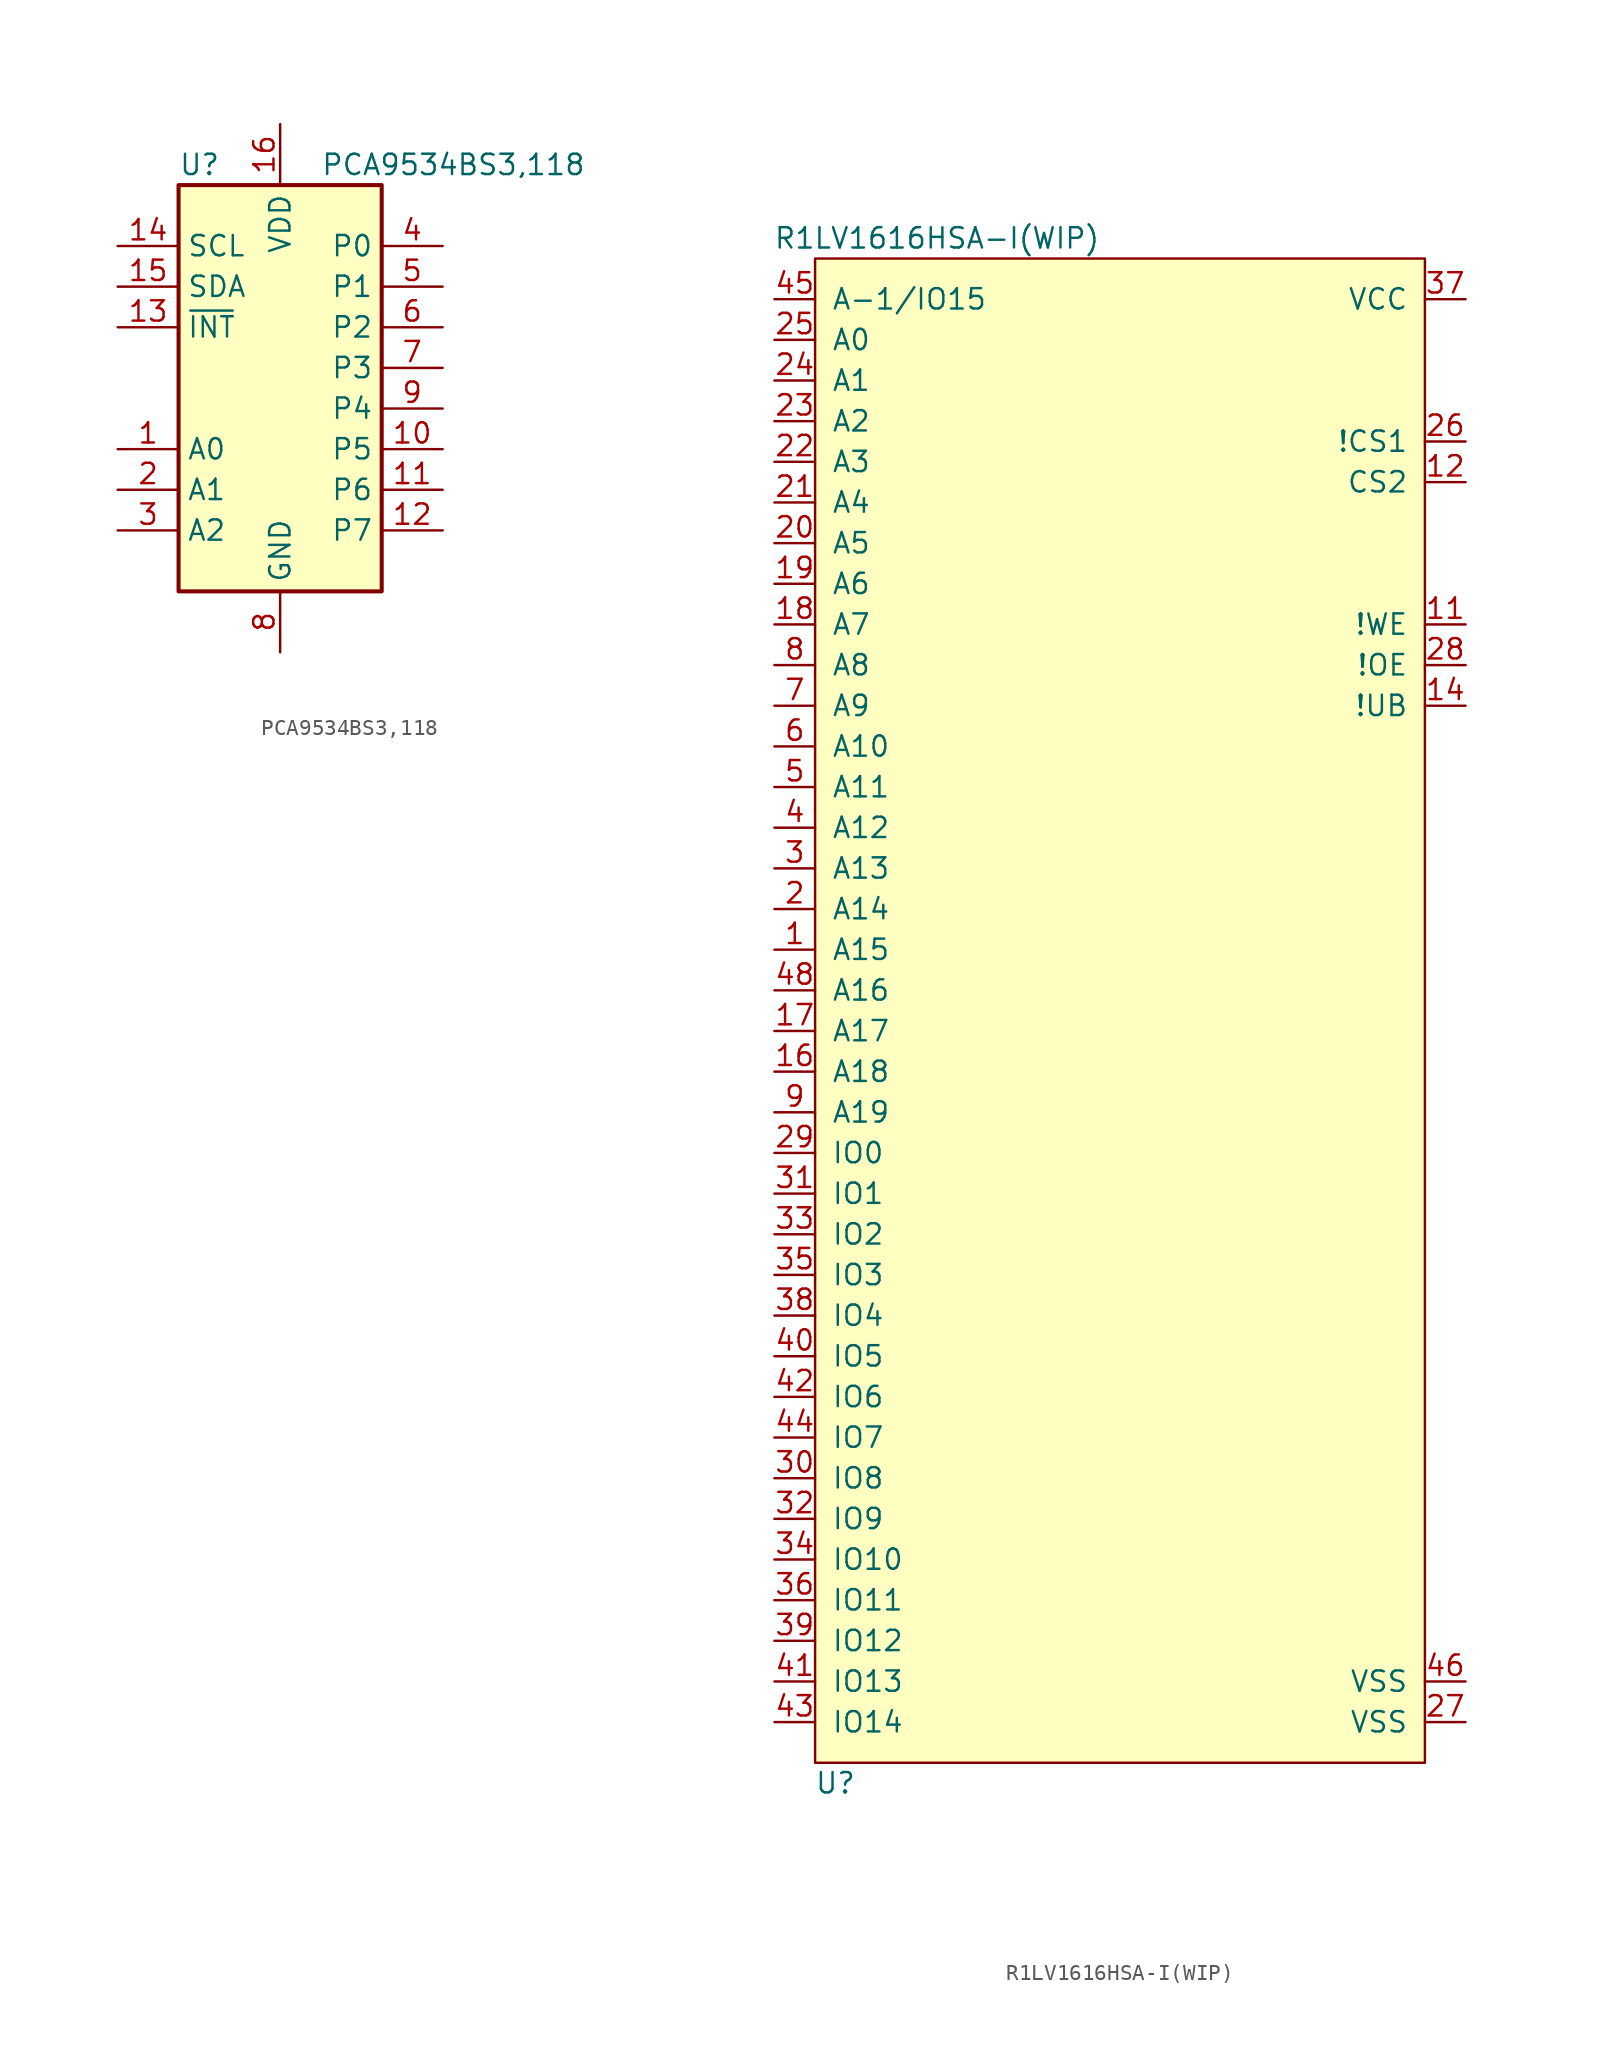
<source format=kicad_sym>
(kicad_symbol_lib
  (version 20211014)
  (generator kicad_symbol_editor)
  (symbol "PCA9534BS3,118"
    (property "Reference" "U"
      (at -6.35 12.7 0)
      (effects (font (size 1.27 1.27)) (justify left)))
    (property "Value" "PCA9534BS3,118"
      (at 2.54 12.7 0)
      (effects (font (size 1.27 1.27)) (justify left)))
    (symbol "PCA9534BS3,118_0_1"
      (rectangle (start -6.35 -13.97) (end 6.35 11.43) (stroke (width 0.254) (type default) (color 0 0 0 0)) (fill (type background))))
    (symbol "PCA9534BS3,118_1_1"
      (pin input line (at -10.16 -5.08 0) (length 3.81) (name "A0" (effects (font (size 1.27 1.27)))) (number "1" (effects (font (size 1.27 1.27)))))
      (pin bidirectional line (at 10.16 -5.08 180) (length 3.81) (name "P5" (effects (font (size 1.27 1.27)))) (number "10" (effects (font (size 1.27 1.27)))))
      (pin bidirectional line (at 10.16 -7.62 180) (length 3.81) (name "P6" (effects (font (size 1.27 1.27)))) (number "11" (effects (font (size 1.27 1.27)))))
      (pin bidirectional line (at 10.16 -10.16 180) (length 3.81) (name "P7" (effects (font (size 1.27 1.27)))) (number "12" (effects (font (size 1.27 1.27)))))
      (pin open_collector line (at -10.16 2.54 0) (length 3.81) (name "~{INT}" (effects (font (size 1.27 1.27)))) (number "13" (effects (font (size 1.27 1.27)))))
      (pin input line (at -10.16 7.62 0) (length 3.81) (name "SCL" (effects (font (size 1.27 1.27)))) (number "14" (effects (font (size 1.27 1.27)))))
      (pin bidirectional line (at -10.16 5.08 0) (length 3.81) (name "SDA" (effects (font (size 1.27 1.27)))) (number "15" (effects (font (size 1.27 1.27)))))
      (pin power_in line (at 0 15.24 270) (length 3.81) (name "VDD" (effects (font (size 1.27 1.27)))) (number "16" (effects (font (size 1.27 1.27)))))
      (pin input line (at -10.16 -7.62 0) (length 3.81) (name "A1" (effects (font (size 1.27 1.27)))) (number "2" (effects (font (size 1.27 1.27)))))
      (pin input line (at -10.16 -10.16 0) (length 3.81) (name "A2" (effects (font (size 1.27 1.27)))) (number "3" (effects (font (size 1.27 1.27)))))
      (pin bidirectional line (at 10.16 7.62 180) (length 3.81) (name "P0" (effects (font (size 1.27 1.27)))) (number "4" (effects (font (size 1.27 1.27)))))
      (pin bidirectional line (at 10.16 5.08 180) (length 3.81) (name "P1" (effects (font (size 1.27 1.27)))) (number "5" (effects (font (size 1.27 1.27)))))
      (pin bidirectional line (at 10.16 2.54 180) (length 3.81) (name "P2" (effects (font (size 1.27 1.27)))) (number "6" (effects (font (size 1.27 1.27)))))
      (pin bidirectional line (at 10.16 0 180) (length 3.81) (name "P3" (effects (font (size 1.27 1.27)))) (number "7" (effects (font (size 1.27 1.27)))))
      (pin power_in line (at 0 -17.78 90) (length 3.81) (name "GND" (effects (font (size 1.27 1.27)))) (number "8" (effects (font (size 1.27 1.27)))))
      (pin bidirectional line (at 10.16 -2.54 180) (length 3.81) (name "P4" (effects (font (size 1.27 1.27)))) (number "9" (effects (font (size 1.27 1.27)))))))
  (symbol "R1LV1616HSA-I(WIP)"
    (pin_names
      (offset 1.016))
    (property "Reference" "U"
      (at 1.27 -1.27 0)
      (effects (font (size 1.27 1.27))))
    (property "Value" "R1LV1616HSA-I(WIP)"
      (at 7.62 95.25 0)
      (effects (font (size 1.27 1.27))))
    (symbol "R1LV1616HSA-I(WIP)_0_1"
      (rectangle (start 0 0) (end 38.1 93.98) (stroke (width 0) (type default) (color 0 0 0 0)) (fill (type background))))
    (symbol "R1LV1616HSA-I(WIP)_1_1"
      (pin input line (at -2.54 50.8 0) (length 2.54) (name "A15" (effects (font (size 1.27 1.27)))) (number "1" (effects (font (size 1.27 1.27)))))
      (pin input line (at 40.64 71.12 180) (length 2.54) (name "!WE" (effects (font (size 1.27 1.27)))) (number "11" (effects (font (size 1.27 1.27)))))
      (pin input line (at 40.64 80.01 180) (length 2.54) (name "CS2" (effects (font (size 1.27 1.27)))) (number "12" (effects (font (size 1.27 1.27)))))
      (pin input line (at 40.64 66.04 180) (length 2.54) (name "!UB" (effects (font (size 1.27 1.27)))) (number "14" (effects (font (size 1.27 1.27)))))
      (pin input line (at -2.54 43.18 0) (length 2.54) (name "A18" (effects (font (size 1.27 1.27)))) (number "16" (effects (font (size 1.27 1.27)))))
      (pin input line (at -2.54 45.72 0) (length 2.54) (name "A17" (effects (font (size 1.27 1.27)))) (number "17" (effects (font (size 1.27 1.27)))))
      (pin input line (at -2.54 71.12 0) (length 2.54) (name "A7" (effects (font (size 1.27 1.27)))) (number "18" (effects (font (size 1.27 1.27)))))
      (pin input line (at -2.54 73.66 0) (length 2.54) (name "A6" (effects (font (size 1.27 1.27)))) (number "19" (effects (font (size 1.27 1.27)))))
      (pin input line (at -2.54 53.34 0) (length 2.54) (name "A14" (effects (font (size 1.27 1.27)))) (number "2" (effects (font (size 1.27 1.27)))))
      (pin input line (at -2.54 76.2 0) (length 2.54) (name "A5" (effects (font (size 1.27 1.27)))) (number "20" (effects (font (size 1.27 1.27)))))
      (pin input line (at -2.54 78.74 0) (length 2.54) (name "A4" (effects (font (size 1.27 1.27)))) (number "21" (effects (font (size 1.27 1.27)))))
      (pin input line (at -2.54 81.28 0) (length 2.54) (name "A3" (effects (font (size 1.27 1.27)))) (number "22" (effects (font (size 1.27 1.27)))))
      (pin input line (at -2.54 83.82 0) (length 2.54) (name "A2" (effects (font (size 1.27 1.27)))) (number "23" (effects (font (size 1.27 1.27)))))
      (pin input line (at -2.54 86.36 0) (length 2.54) (name "A1" (effects (font (size 1.27 1.27)))) (number "24" (effects (font (size 1.27 1.27)))))
      (pin input line (at -2.54 88.9 0) (length 2.54) (name "A0" (effects (font (size 1.27 1.27)))) (number "25" (effects (font (size 1.27 1.27)))))
      (pin input line (at 40.64 82.55 180) (length 2.54) (name "!CS1" (effects (font (size 1.27 1.27)))) (number "26" (effects (font (size 1.27 1.27)))))
      (pin power_in line (at 40.64 2.54 180) (length 2.54) (name "VSS" (effects (font (size 1.27 1.27)))) (number "27" (effects (font (size 1.27 1.27)))))
      (pin input line (at 40.64 68.58 180) (length 2.54) (name "!OE" (effects (font (size 1.27 1.27)))) (number "28" (effects (font (size 1.27 1.27)))))
      (pin bidirectional line (at -2.54 38.1 0) (length 2.54) (name "IO0" (effects (font (size 1.27 1.27)))) (number "29" (effects (font (size 1.27 1.27)))))
      (pin input line (at -2.54 55.88 0) (length 2.54) (name "A13" (effects (font (size 1.27 1.27)))) (number "3" (effects (font (size 1.27 1.27)))))
      (pin bidirectional line (at -2.54 17.78 0) (length 2.54) (name "IO8" (effects (font (size 1.27 1.27)))) (number "30" (effects (font (size 1.27 1.27)))))
      (pin bidirectional line (at -2.54 35.56 0) (length 2.54) (name "IO1" (effects (font (size 1.27 1.27)))) (number "31" (effects (font (size 1.27 1.27)))))
      (pin bidirectional line (at -2.54 15.24 0) (length 2.54) (name "IO9" (effects (font (size 1.27 1.27)))) (number "32" (effects (font (size 1.27 1.27)))))
      (pin bidirectional line (at -2.54 33.02 0) (length 2.54) (name "IO2" (effects (font (size 1.27 1.27)))) (number "33" (effects (font (size 1.27 1.27)))))
      (pin bidirectional line (at -2.54 12.7 0) (length 2.54) (name "IO10" (effects (font (size 1.27 1.27)))) (number "34" (effects (font (size 1.27 1.27)))))
      (pin bidirectional line (at -2.54 30.48 0) (length 2.54) (name "IO3" (effects (font (size 1.27 1.27)))) (number "35" (effects (font (size 1.27 1.27)))))
      (pin bidirectional line (at -2.54 10.16 0) (length 2.54) (name "IO11" (effects (font (size 1.27 1.27)))) (number "36" (effects (font (size 1.27 1.27)))))
      (pin power_in line (at 40.64 91.44 180) (length 2.54) (name "VCC" (effects (font (size 1.27 1.27)))) (number "37" (effects (font (size 1.27 1.27)))))
      (pin bidirectional line (at -2.54 27.94 0) (length 2.54) (name "IO4" (effects (font (size 1.27 1.27)))) (number "38" (effects (font (size 1.27 1.27)))))
      (pin bidirectional line (at -2.54 7.62 0) (length 2.54) (name "IO12" (effects (font (size 1.27 1.27)))) (number "39" (effects (font (size 1.27 1.27)))))
      (pin input line (at -2.54 58.42 0) (length 2.54) (name "A12" (effects (font (size 1.27 1.27)))) (number "4" (effects (font (size 1.27 1.27)))))
      (pin bidirectional line (at -2.54 25.4 0) (length 2.54) (name "IO5" (effects (font (size 1.27 1.27)))) (number "40" (effects (font (size 1.27 1.27)))))
      (pin bidirectional line (at -2.54 5.08 0) (length 2.54) (name "IO13" (effects (font (size 1.27 1.27)))) (number "41" (effects (font (size 1.27 1.27)))))
      (pin bidirectional line (at -2.54 22.86 0) (length 2.54) (name "IO6" (effects (font (size 1.27 1.27)))) (number "42" (effects (font (size 1.27 1.27)))))
      (pin bidirectional line (at -2.54 2.54 0) (length 2.54) (name "IO14" (effects (font (size 1.27 1.27)))) (number "43" (effects (font (size 1.27 1.27)))))
      (pin bidirectional line (at -2.54 20.32 0) (length 2.54) (name "IO7" (effects (font (size 1.27 1.27)))) (number "44" (effects (font (size 1.27 1.27)))))
      (pin input line (at -2.54 91.44 0) (length 2.54) (name "A-1/IO15" (effects (font (size 1.27 1.27)))) (number "45" (effects (font (size 1.27 1.27)))))
      (pin power_in line (at 40.64 5.08 180) (length 2.54) (name "VSS" (effects (font (size 1.27 1.27)))) (number "46" (effects (font (size 1.27 1.27)))))
      (pin input line (at -2.54 48.26 0) (length 2.54) (name "A16" (effects (font (size 1.27 1.27)))) (number "48" (effects (font (size 1.27 1.27)))))
      (pin input line (at -2.54 60.96 0) (length 2.54) (name "A11" (effects (font (size 1.27 1.27)))) (number "5" (effects (font (size 1.27 1.27)))))
      (pin input line (at -2.54 63.5 0) (length 2.54) (name "A10" (effects (font (size 1.27 1.27)))) (number "6" (effects (font (size 1.27 1.27)))))
      (pin input line (at -2.54 66.04 0) (length 2.54) (name "A9" (effects (font (size 1.27 1.27)))) (number "7" (effects (font (size 1.27 1.27)))))
      (pin input line (at -2.54 68.58 0) (length 2.54) (name "A8" (effects (font (size 1.27 1.27)))) (number "8" (effects (font (size 1.27 1.27)))))
      (pin input line (at -2.54 40.64 0) (length 2.54) (name "A19" (effects (font (size 1.27 1.27)))) (number "9" (effects (font (size 1.27 1.27))))))))
</source>
